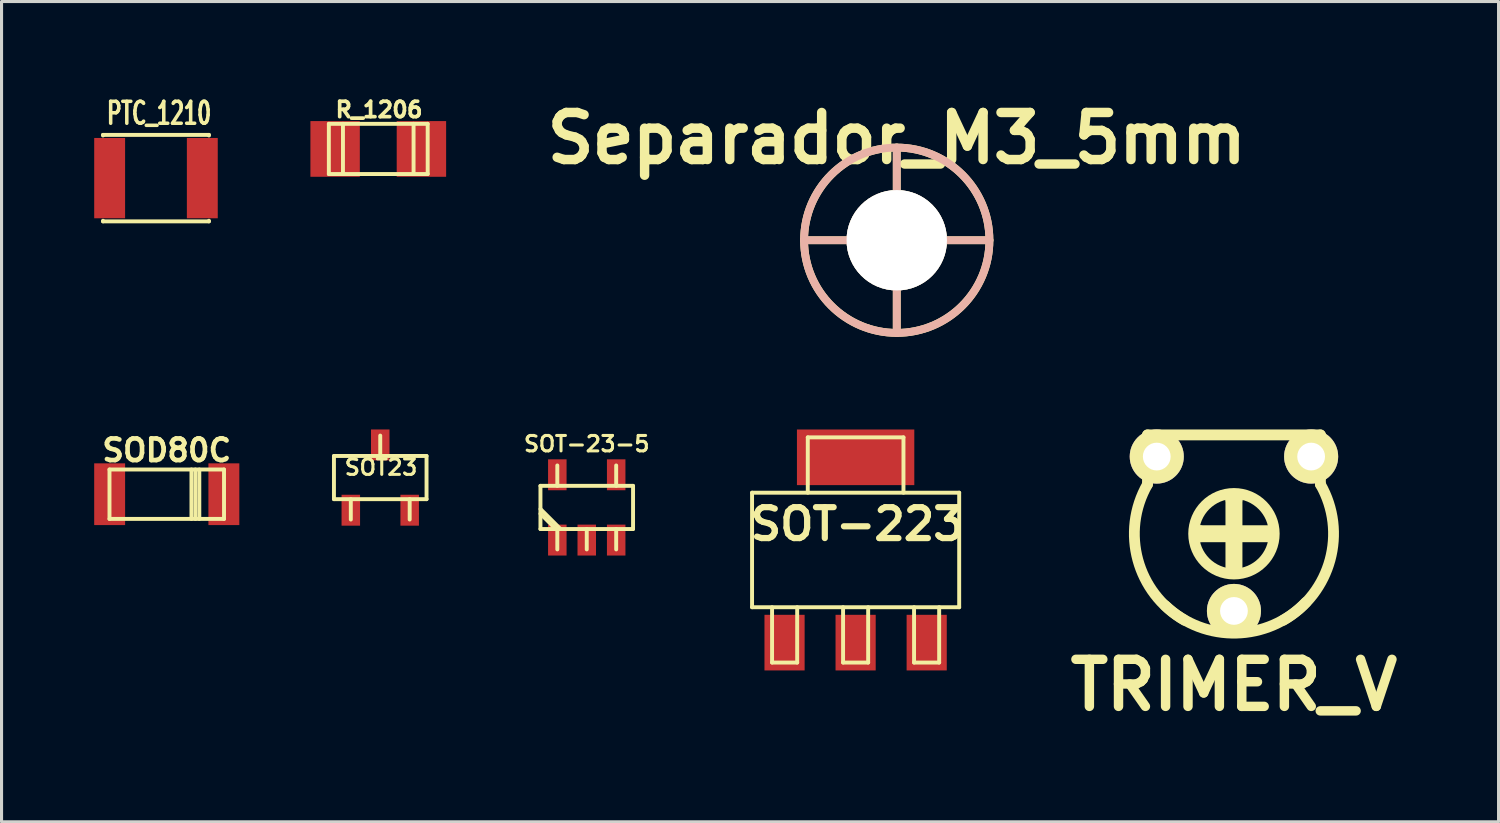
<source format=kicad_pcb>
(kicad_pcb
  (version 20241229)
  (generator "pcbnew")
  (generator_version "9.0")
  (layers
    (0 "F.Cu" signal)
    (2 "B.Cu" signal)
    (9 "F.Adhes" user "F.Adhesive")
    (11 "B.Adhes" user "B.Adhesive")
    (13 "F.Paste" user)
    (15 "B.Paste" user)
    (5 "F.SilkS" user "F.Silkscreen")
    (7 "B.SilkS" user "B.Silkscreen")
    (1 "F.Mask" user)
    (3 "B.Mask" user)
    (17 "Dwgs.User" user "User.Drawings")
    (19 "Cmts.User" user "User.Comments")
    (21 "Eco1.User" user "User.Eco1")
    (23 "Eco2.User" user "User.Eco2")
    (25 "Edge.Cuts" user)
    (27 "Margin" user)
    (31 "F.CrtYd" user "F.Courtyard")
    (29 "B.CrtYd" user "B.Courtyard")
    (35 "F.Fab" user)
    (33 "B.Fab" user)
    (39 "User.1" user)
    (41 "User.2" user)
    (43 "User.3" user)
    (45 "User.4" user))
  (footprint "PTC_1210"
    (layer "F.Cu")
    (at 2 2.717)
    (property "Reference" "PTC_1210" (at 0.1 -2.1 0) (layer "F.SilkS") (effects (font (size 0.711 0.457) (thickness 0.114))))
    (attr through_hole)
    (fp_line (start -1.715 -1.38) (end -1.715 -1.4) (stroke (width 0.127) (type solid)) (layer "F.SilkS"))
    (fp_line (start -1.715 1.4) (end -1.715 1.38) (stroke (width 0.127) (type solid)) (layer "F.SilkS"))
    (fp_line (start -1.715 1.4) (end 1.715 1.4) (stroke (width 0.127) (type solid)) (layer "F.SilkS"))
    (fp_line (start 1.715 -1.4) (end -1.715 -1.4) (stroke (width 0.127) (type solid)) (layer "F.SilkS"))
    (fp_line (start 1.715 -1.38) (end 1.715 -1.4) (stroke (width 0.127) (type solid)) (layer "F.SilkS"))
    (fp_line (start 1.715 1.4) (end 1.715 1.38) (stroke (width 0.127) (type solid)) (layer "F.SilkS"))
    (pad "1" smd rect (at 1.5 0) (size 1 2.6) (layers "F.Cu" "F.Mask" "F.Paste"))
    (pad "2" smd rect (at -1.5 0) (size 1 2.6) (layers "F.Cu" "F.Mask" "F.Paste")))
  (footprint "SOT-23-5"
    (layer "F.Cu")
    (at 15.947 13.379)
    (property "Reference" "SOT-23-5" (at 0 -2.057 0) (layer "F.SilkS") (effects (font (size 0.5 0.5) (thickness 0.099))))
    (attr through_hole)
    (fp_line (start -1.499 -0.699) (end 1.499 -0.699) (stroke (width 0.127) (type solid)) (layer "F.SilkS"))
    (fp_line (start -1.499 0.699) (end -1.499 -0.699) (stroke (width 0.127) (type solid)) (layer "F.SilkS"))
    (fp_line (start -1.003 0.699) (end -1.499 0.203) (stroke (width 0.127) (type solid)) (layer "F.SilkS"))
    (fp_line (start -0.953 -0.699) (end -0.953 -1.359) (stroke (width 0.127) (type solid)) (layer "F.SilkS"))
    (fp_line (start -0.953 0.699) (end -0.953 1.359) (stroke (width 0.127) (type solid)) (layer "F.SilkS"))
    (fp_line (start -0.851 0.699) (end -1.499 0.051) (stroke (width 0.127) (type solid)) (layer "F.SilkS"))
    (fp_line (start 0 0.699) (end 0 1.359) (stroke (width 0.127) (type solid)) (layer "F.SilkS"))
    (fp_line (start 0.953 -0.699) (end 0.953 -1.359) (stroke (width 0.127) (type solid)) (layer "F.SilkS"))
    (fp_line (start 0.953 0.699) (end 0.953 1.359) (stroke (width 0.127) (type solid)) (layer "F.SilkS"))
    (fp_line (start 1.499 -0.699) (end 1.499 0.699) (stroke (width 0.127) (type solid)) (layer "F.SilkS"))
    (fp_line (start 1.499 0.699) (end -1.499 0.699) (stroke (width 0.127) (type solid)) (layer "F.SilkS"))
    (pad "1" smd rect (at -0.953 1.057) (size 0.599 1.001) (layers "F.Cu" "F.Mask" "F.Paste"))
    (pad "2" smd rect (at 0 1.057) (size 0.599 1.001) (layers "F.Cu" "F.Mask" "F.Paste"))
    (pad "3" smd rect (at 0.953 1.057) (size 0.599 1.001) (layers "F.Cu" "F.Mask" "F.Paste"))
    (pad "4" smd rect (at 0.953 -1.057) (size 0.599 1.001) (layers "F.Cu" "F.Mask" "F.Paste"))
    (pad "5" smd rect (at -0.953 -1.057) (size 0.599 1.001) (layers "F.Cu" "F.Mask" "F.Paste")))
  (footprint "SOT-223"
    (layer "F.Cu")
    (at 24.652 14.756)
    (property "Reference" "SOT-223" (at 0.051 -0.838 0) (layer "F.SilkS") (effects (font (size 1.001 1.001) (thickness 0.201))))
    (attr through_hole)
    (fp_line (start -3.353 -1.854) (end 3.353 -1.854) (stroke (width 0.127) (type solid)) (layer "F.SilkS"))
    (fp_line (start -3.353 1.854) (end -3.353 -1.854) (stroke (width 0.127) (type solid)) (layer "F.SilkS"))
    (fp_line (start -2.705 3.645) (end -2.705 1.854) (stroke (width 0.127) (type solid)) (layer "F.SilkS"))
    (fp_line (start -2.705 3.645) (end -1.892 3.645) (stroke (width 0.127) (type solid)) (layer "F.SilkS"))
    (fp_line (start -1.892 3.645) (end -1.892 1.854) (stroke (width 0.127) (type solid)) (layer "F.SilkS"))
    (fp_line (start -1.549 -3.645) (end -1.549 -1.854) (stroke (width 0.127) (type solid)) (layer "F.SilkS"))
    (fp_line (start -1.549 -3.645) (end 1.549 -3.645) (stroke (width 0.127) (type solid)) (layer "F.SilkS"))
    (fp_line (start -0.406 3.645) (end -0.406 1.854) (stroke (width 0.127) (type solid)) (layer "F.SilkS"))
    (fp_line (start -0.406 3.645) (end 0.406 3.645) (stroke (width 0.127) (type solid)) (layer "F.SilkS"))
    (fp_line (start 0.406 3.645) (end 0.406 1.854) (stroke (width 0.127) (type solid)) (layer "F.SilkS"))
    (fp_line (start 1.549 -3.645) (end 1.549 -1.854) (stroke (width 0.127) (type solid)) (layer "F.SilkS"))
    (fp_line (start 1.892 3.645) (end 1.892 1.854) (stroke (width 0.127) (type solid)) (layer "F.SilkS"))
    (fp_line (start 1.892 3.645) (end 2.705 3.645) (stroke (width 0.127) (type solid)) (layer "F.SilkS"))
    (fp_line (start 2.705 3.645) (end 2.705 1.854) (stroke (width 0.127) (type solid)) (layer "F.SilkS"))
    (fp_line (start 3.353 -1.854) (end 3.353 1.854) (stroke (width 0.127) (type solid)) (layer "F.SilkS"))
    (fp_line (start 3.353 1.854) (end -3.353 1.854) (stroke (width 0.127) (type solid)) (layer "F.SilkS"))
    (pad "1" smd rect (at -2.301 3) (size 1.3 1.801) (layers "F.Cu" "F.Mask" "F.Paste"))
    (pad "2" smd rect (at 0 3) (size 1.3 1.801) (layers "F.Cu" "F.Mask" "F.Paste"))
    (pad "3" smd rect (at 2.301 3) (size 1.3 1.801) (layers "F.Cu" "F.Mask" "F.Paste"))
    (pad "4" smd rect (at 0 -3) (size 3.8 1.801) (layers "F.Cu" "F.Mask" "F.Paste")))
  (footprint "TRIMER_V"
    (layer "F.Cu")
    (at 36.901 14.231)
    (property "Reference" "TRIMER_V" (at 0 4.9 0) (layer "F.SilkS") (effects (font (size 1.524 1.524) (thickness 0.305))))
    (attr through_hole)
    (fp_line (start -2.799 -3.2) (end -2.799 -1.6) (stroke (width 0.351) (type solid)) (layer "F.SilkS"))
    (fp_line (start -1.1 -0.099) (end -1.1 0.099) (stroke (width 0.351) (type solid)) (layer "F.SilkS"))
    (fp_line (start -1.1 0.099) (end 1.199 0.099) (stroke (width 0.351) (type solid)) (layer "F.SilkS"))
    (fp_line (start -0.099 -1.1) (end 0.099 -1.1) (stroke (width 0.351) (type solid)) (layer "F.SilkS"))
    (fp_line (start -0.099 1.199) (end -0.099 -1.1) (stroke (width 0.351) (type solid)) (layer "F.SilkS"))
    (fp_line (start 0.099 -1.1) (end 0.099 1.199) (stroke (width 0.351) (type solid)) (layer "F.SilkS"))
    (fp_line (start 1.199 -0.099) (end -1.1 -0.099) (stroke (width 0.351) (type solid)) (layer "F.SilkS"))
    (fp_line (start 2.799 -3.2) (end -2.799 -3.2) (stroke (width 0.351) (type solid)) (layer "F.SilkS"))
    (fp_line (start 2.799 -3.2) (end 2.799 -1.6) (stroke (width 0.351) (type solid)) (layer "F.SilkS"))
    (fp_arc (start -1.6002 2.79908) (mid -3.110761 0.847736) (end -2.79908 -1.6002) (stroke (width 0.35052) (type solid)) (layer "F.SilkS"))
    (fp_arc (start 2.32918 2.21996) (mid 0.07723 3.216728) (end -2.21996 2.32918) (stroke (width 0.35052) (type solid)) (layer "F.SilkS"))
    (fp_arc (start 2.79908 -1.6002) (mid 3.110761 0.847736) (end 1.6002 2.79908) (stroke (width 0.35052) (type solid)) (layer "F.SilkS"))
    (fp_circle (center 0 0) (end -1.3 0.099) (stroke (width 0.351) (type solid)) (fill no) (layer "F.SilkS"))
    (pad "1" thru_hole circle (at 2.499 -2.499) (size 1.75 1.75) (drill 0.899) (layers "*.Cu" "*.Mask" "F.SilkS"))
    (pad "2" thru_hole circle (at 0 2.499) (size 1.75 1.75) (drill 0.899) (layers "*.Cu" "*.Mask" "F.SilkS"))
    (pad "3" thru_hole circle (at -2.499 -2.499) (size 1.75 1.75) (drill 0.899) (layers "*.Cu" "*.Mask" "F.SilkS")))
  (footprint "Separador_M3_5mm"
    (layer "F.Cu")
    (at 25.984 4.728)
    (property "Reference" "Separador_M3_5mm" (at 0 -3.302 0) (layer "F.SilkS") (effects (font (size 1.524 1.524) (thickness 0.305))))
    (attr through_hole)
    (fp_line (start -3 0) (end 3 0) (stroke (width 0.254) (type solid)) (layer "F.SilkS"))
    (fp_line (start 0 -3) (end 0 3) (stroke (width 0.254) (type solid)) (layer "F.SilkS"))
    (fp_circle (center 0 0) (end 3 0) (stroke (width 0.254) (type solid)) (fill no) (layer "F.SilkS"))
    (fp_line (start -3 0) (end 3 0) (stroke (width 0.254) (type solid)) (layer "B.SilkS"))
    (fp_line (start 0 -3) (end 0 3) (stroke (width 0.254) (type solid)) (layer "B.SilkS"))
    (fp_circle (center 0 0) (end 3 0) (stroke (width 0.254) (type solid)) (fill no) (layer "B.SilkS"))
    (pad "1" thru_hole circle (at 0 0) (size 3.25 3.25) (drill 3.25) (layers "*.Cu" "F.SilkS")))
  (footprint "SOT23"
    (layer "F.Cu")
    (at 9.261 12.412)
    (property "Reference" "SOT23" (at 0.025 -0.33 0) (layer "F.SilkS") (effects (font (size 0.5 0.5) (thickness 0.099))))
    (attr through_hole)
    (fp_line (start -1.499 -0.699) (end 1.499 -0.699) (stroke (width 0.127) (type solid)) (layer "F.SilkS"))
    (fp_line (start -1.499 0.699) (end -1.499 -0.699) (stroke (width 0.127) (type solid)) (layer "F.SilkS"))
    (fp_line (start -0.953 0.699) (end -0.953 1.359) (stroke (width 0.127) (type solid)) (layer "F.SilkS"))
    (fp_line (start 0 -0.699) (end 0 -1.359) (stroke (width 0.127) (type solid)) (layer "F.SilkS"))
    (fp_line (start 0.953 0.699) (end 0.953 1.359) (stroke (width 0.127) (type solid)) (layer "F.SilkS"))
    (fp_line (start 1.499 -0.699) (end 1.499 0.699) (stroke (width 0.127) (type solid)) (layer "F.SilkS"))
    (fp_line (start 1.499 0.699) (end -1.499 0.699) (stroke (width 0.127) (type solid)) (layer "F.SilkS"))
    (pad "1" smd rect (at -0.953 1.057) (size 0.599 1.001) (layers "F.Cu" "F.Mask" "F.Paste"))
    (pad "2" smd rect (at 0 -1.057) (size 0.599 1.001) (layers "F.Cu" "F.Mask" "F.Paste"))
    (pad "3" smd rect (at 0.953 1.057) (size 0.599 1.001) (layers "F.Cu" "F.Mask" "F.Paste")))
  (footprint "R_1206"
    (layer "F.Cu")
    (at 9.197 1.772)
    (property "Reference" "R_1206" (at 0.025 -1.27 0) (layer "F.SilkS") (effects (font (size 0.5 0.5) (thickness 0.119))))
    (attr through_hole)
    (fp_line (start -1.6 -0.813) (end -1.6 0.813) (stroke (width 0.127) (type solid)) (layer "F.SilkS"))
    (fp_line (start -1.6 0.813) (end 1.6 0.813) (stroke (width 0.127) (type solid)) (layer "F.SilkS"))
    (fp_line (start -1.143 -0.813) (end -1.143 0.813) (stroke (width 0.127) (type solid)) (layer "F.SilkS"))
    (fp_line (start 1.143 0.813) (end 1.143 -0.813) (stroke (width 0.127) (type solid)) (layer "F.SilkS"))
    (fp_line (start 1.6 -0.813) (end -1.6 -0.813) (stroke (width 0.127) (type solid)) (layer "F.SilkS"))
    (fp_line (start 1.6 0.813) (end 1.6 -0.813) (stroke (width 0.127) (type solid)) (layer "F.SilkS"))
    (pad "1" smd rect (at 1.397 0) (size 1.6 1.803) (layers "F.Cu" "F.Mask" "F.Paste"))
    (pad "2" smd rect (at -1.397 0) (size 1.6 1.803) (layers "F.Cu" "F.Mask" "F.Paste")))
  (footprint "SOD80C"
    (layer "F.Cu")
    (at 2.349 12.951)
    (property "Reference" "SOD80C" (at 0 -1.422 0) (layer "F.SilkS") (effects (font (size 0.701 0.701) (thickness 0.15))))
    (attr through_hole)
    (fp_line (start -1.854 -0.8) (end -1.854 0.8) (stroke (width 0.127) (type solid)) (layer "F.SilkS"))
    (fp_line (start -1.854 0.8) (end 1.854 0.8) (stroke (width 0.127) (type solid)) (layer "F.SilkS"))
    (fp_line (start 0.8 -0.8) (end 0.8 0.8) (stroke (width 0.127) (type solid)) (layer "F.SilkS"))
    (fp_line (start 0.927 0.8) (end 0.927 -0.8) (stroke (width 0.127) (type solid)) (layer "F.SilkS"))
    (fp_line (start 1.054 -0.8) (end 1.054 0.8) (stroke (width 0.127) (type solid)) (layer "F.SilkS"))
    (fp_line (start 1.854 -0.8) (end -1.854 -0.8) (stroke (width 0.127) (type solid)) (layer "F.SilkS"))
    (fp_line (start 1.854 0.8) (end 1.854 -0.8) (stroke (width 0.127) (type solid)) (layer "F.SilkS"))
    (pad "1" smd rect (at -1.849 0) (size 1.001 1.999) (layers "F.Cu" "F.Mask" "F.Paste"))
    (pad "2" smd rect (at 1.849 0) (size 1.001 1.999) (layers "F.Cu" "F.Mask" "F.Paste")))
  (gr_rect
    (start -3 -3)
    (end 45.468 23.557)
    (stroke (width 0.1) (type default))
    (fill no)
    (layer "Edge.Cuts")))
</source>
